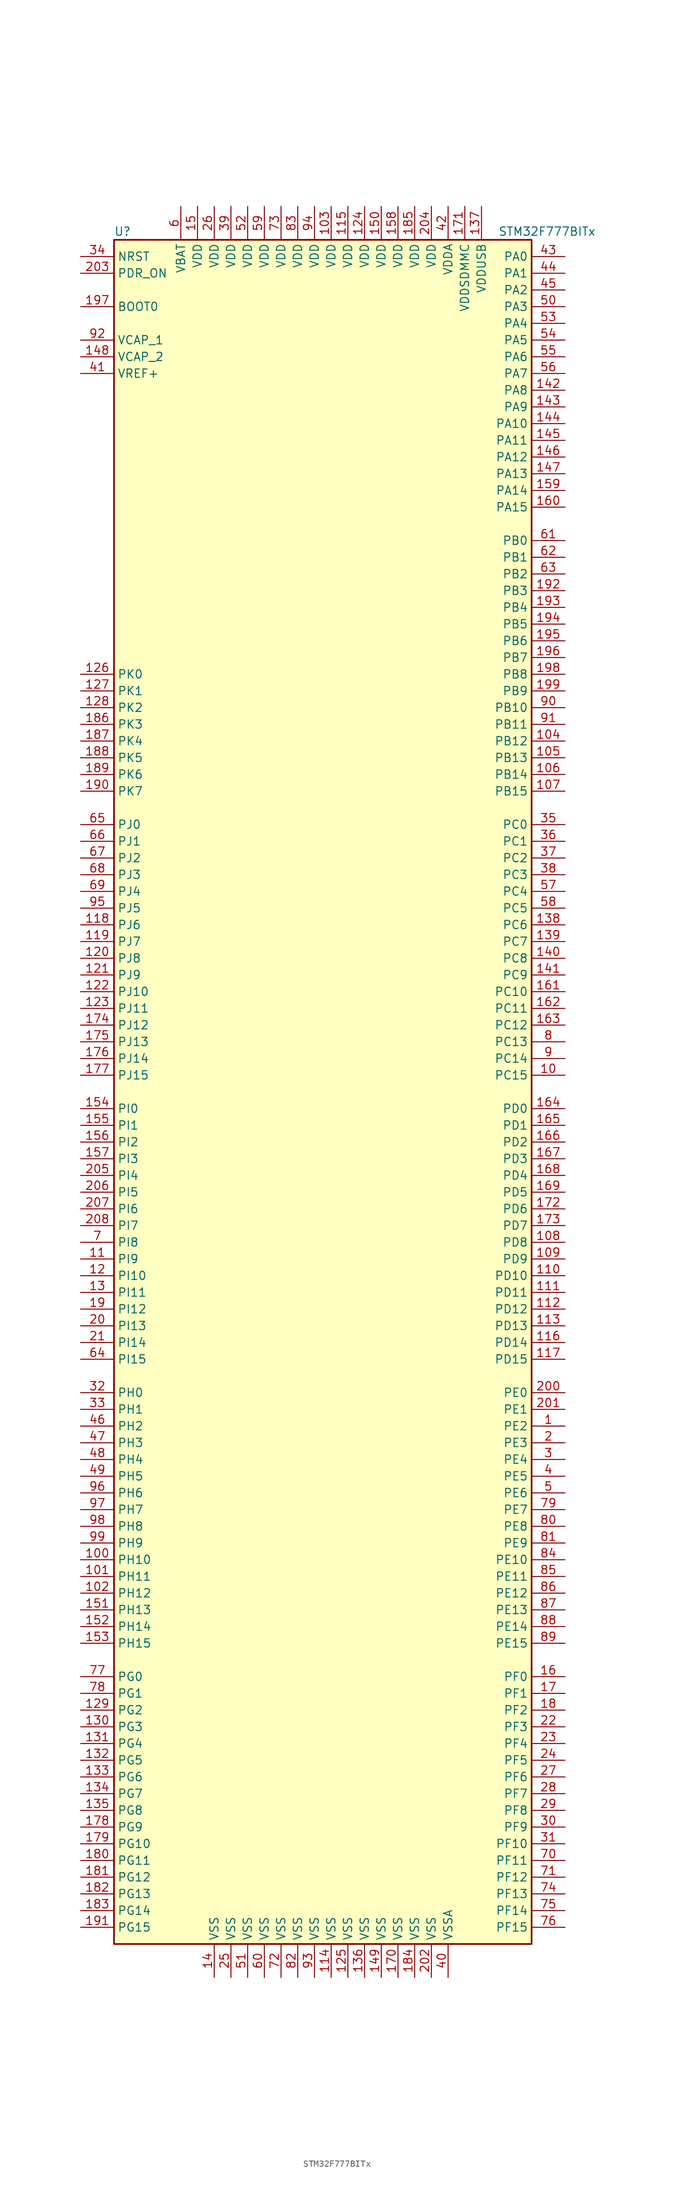
<source format=kicad_sym>
(kicad_symbol_lib
  (version 20201005)
  (generator kicad_symbol_editor)
  (symbol "MCU_ST_STM32F7:STM32F777BITx"
    (property "Reference" "U"
      (at -33.02 130.81 0)
      (effects (font (size 1.27 1.27)) (justify left)))
    (property "Value" "STM32F777BITx"
      (at 25.4 130.81 0)
      (effects (font (size 1.27 1.27)) (justify left)))
    (symbol "STM32F777BITx_0_1"
      (rectangle (start -33.02 -129.54) (end 30.48 129.54) (stroke (width 0.254)) (fill (type background))))
    (symbol "STM32F777BITx_1_1"
      (pin input line (at -38.1 119.38 0) (length 5.08) (name "BOOT0" (effects (font (size 1.27 1.27)))) (number "197" (effects (font (size 1.27 1.27)))))
      (pin input line (at -38.1 127 0) (length 5.08) (name "NRST" (effects (font (size 1.27 1.27)))) (number "34" (effects (font (size 1.27 1.27)))))
      (pin bidirectional line (at 35.56 127 180) (length 5.08) (name "PA0" (effects (font (size 1.27 1.27)))) (number "43" (effects (font (size 1.27 1.27)))))
      (pin bidirectional line (at 35.56 124.46 180) (length 5.08) (name "PA1" (effects (font (size 1.27 1.27)))) (number "44" (effects (font (size 1.27 1.27)))))
      (pin bidirectional line (at 35.56 101.6 180) (length 5.08) (name "PA10" (effects (font (size 1.27 1.27)))) (number "144" (effects (font (size 1.27 1.27)))))
      (pin bidirectional line (at 35.56 99.06 180) (length 5.08) (name "PA11" (effects (font (size 1.27 1.27)))) (number "145" (effects (font (size 1.27 1.27)))))
      (pin bidirectional line (at 35.56 96.52 180) (length 5.08) (name "PA12" (effects (font (size 1.27 1.27)))) (number "146" (effects (font (size 1.27 1.27)))))
      (pin bidirectional line (at 35.56 93.98 180) (length 5.08) (name "PA13" (effects (font (size 1.27 1.27)))) (number "147" (effects (font (size 1.27 1.27)))))
      (pin bidirectional line (at 35.56 91.44 180) (length 5.08) (name "PA14" (effects (font (size 1.27 1.27)))) (number "159" (effects (font (size 1.27 1.27)))))
      (pin bidirectional line (at 35.56 88.9 180) (length 5.08) (name "PA15" (effects (font (size 1.27 1.27)))) (number "160" (effects (font (size 1.27 1.27)))))
      (pin bidirectional line (at 35.56 121.92 180) (length 5.08) (name "PA2" (effects (font (size 1.27 1.27)))) (number "45" (effects (font (size 1.27 1.27)))))
      (pin bidirectional line (at 35.56 119.38 180) (length 5.08) (name "PA3" (effects (font (size 1.27 1.27)))) (number "50" (effects (font (size 1.27 1.27)))))
      (pin bidirectional line (at 35.56 116.84 180) (length 5.08) (name "PA4" (effects (font (size 1.27 1.27)))) (number "53" (effects (font (size 1.27 1.27)))))
      (pin bidirectional line (at 35.56 114.3 180) (length 5.08) (name "PA5" (effects (font (size 1.27 1.27)))) (number "54" (effects (font (size 1.27 1.27)))))
      (pin bidirectional line (at 35.56 111.76 180) (length 5.08) (name "PA6" (effects (font (size 1.27 1.27)))) (number "55" (effects (font (size 1.27 1.27)))))
      (pin bidirectional line (at 35.56 109.22 180) (length 5.08) (name "PA7" (effects (font (size 1.27 1.27)))) (number "56" (effects (font (size 1.27 1.27)))))
      (pin bidirectional line (at 35.56 106.68 180) (length 5.08) (name "PA8" (effects (font (size 1.27 1.27)))) (number "142" (effects (font (size 1.27 1.27)))))
      (pin bidirectional line (at 35.56 104.14 180) (length 5.08) (name "PA9" (effects (font (size 1.27 1.27)))) (number "143" (effects (font (size 1.27 1.27)))))
      (pin bidirectional line (at 35.56 83.82 180) (length 5.08) (name "PB0" (effects (font (size 1.27 1.27)))) (number "61" (effects (font (size 1.27 1.27)))))
      (pin bidirectional line (at 35.56 81.28 180) (length 5.08) (name "PB1" (effects (font (size 1.27 1.27)))) (number "62" (effects (font (size 1.27 1.27)))))
      (pin bidirectional line (at 35.56 58.42 180) (length 5.08) (name "PB10" (effects (font (size 1.27 1.27)))) (number "90" (effects (font (size 1.27 1.27)))))
      (pin bidirectional line (at 35.56 55.88 180) (length 5.08) (name "PB11" (effects (font (size 1.27 1.27)))) (number "91" (effects (font (size 1.27 1.27)))))
      (pin bidirectional line (at 35.56 53.34 180) (length 5.08) (name "PB12" (effects (font (size 1.27 1.27)))) (number "104" (effects (font (size 1.27 1.27)))))
      (pin bidirectional line (at 35.56 50.8 180) (length 5.08) (name "PB13" (effects (font (size 1.27 1.27)))) (number "105" (effects (font (size 1.27 1.27)))))
      (pin bidirectional line (at 35.56 48.26 180) (length 5.08) (name "PB14" (effects (font (size 1.27 1.27)))) (number "106" (effects (font (size 1.27 1.27)))))
      (pin bidirectional line (at 35.56 45.72 180) (length 5.08) (name "PB15" (effects (font (size 1.27 1.27)))) (number "107" (effects (font (size 1.27 1.27)))))
      (pin bidirectional line (at 35.56 78.74 180) (length 5.08) (name "PB2" (effects (font (size 1.27 1.27)))) (number "63" (effects (font (size 1.27 1.27)))))
      (pin bidirectional line (at 35.56 76.2 180) (length 5.08) (name "PB3" (effects (font (size 1.27 1.27)))) (number "192" (effects (font (size 1.27 1.27)))))
      (pin bidirectional line (at 35.56 73.66 180) (length 5.08) (name "PB4" (effects (font (size 1.27 1.27)))) (number "193" (effects (font (size 1.27 1.27)))))
      (pin bidirectional line (at 35.56 71.12 180) (length 5.08) (name "PB5" (effects (font (size 1.27 1.27)))) (number "194" (effects (font (size 1.27 1.27)))))
      (pin bidirectional line (at 35.56 68.58 180) (length 5.08) (name "PB6" (effects (font (size 1.27 1.27)))) (number "195" (effects (font (size 1.27 1.27)))))
      (pin bidirectional line (at 35.56 66.04 180) (length 5.08) (name "PB7" (effects (font (size 1.27 1.27)))) (number "196" (effects (font (size 1.27 1.27)))))
      (pin bidirectional line (at 35.56 63.5 180) (length 5.08) (name "PB8" (effects (font (size 1.27 1.27)))) (number "198" (effects (font (size 1.27 1.27)))))
      (pin bidirectional line (at 35.56 60.96 180) (length 5.08) (name "PB9" (effects (font (size 1.27 1.27)))) (number "199" (effects (font (size 1.27 1.27)))))
      (pin bidirectional line (at 35.56 40.64 180) (length 5.08) (name "PC0" (effects (font (size 1.27 1.27)))) (number "35" (effects (font (size 1.27 1.27)))))
      (pin bidirectional line (at 35.56 38.1 180) (length 5.08) (name "PC1" (effects (font (size 1.27 1.27)))) (number "36" (effects (font (size 1.27 1.27)))))
      (pin bidirectional line (at 35.56 15.24 180) (length 5.08) (name "PC10" (effects (font (size 1.27 1.27)))) (number "161" (effects (font (size 1.27 1.27)))))
      (pin bidirectional line (at 35.56 12.7 180) (length 5.08) (name "PC11" (effects (font (size 1.27 1.27)))) (number "162" (effects (font (size 1.27 1.27)))))
      (pin bidirectional line (at 35.56 10.16 180) (length 5.08) (name "PC12" (effects (font (size 1.27 1.27)))) (number "163" (effects (font (size 1.27 1.27)))))
      (pin bidirectional line (at 35.56 7.62 180) (length 5.08) (name "PC13" (effects (font (size 1.27 1.27)))) (number "8" (effects (font (size 1.27 1.27)))))
      (pin bidirectional line (at 35.56 5.08 180) (length 5.08) (name "PC14" (effects (font (size 1.27 1.27)))) (number "9" (effects (font (size 1.27 1.27)))))
      (pin bidirectional line (at 35.56 2.54 180) (length 5.08) (name "PC15" (effects (font (size 1.27 1.27)))) (number "10" (effects (font (size 1.27 1.27)))))
      (pin bidirectional line (at 35.56 35.56 180) (length 5.08) (name "PC2" (effects (font (size 1.27 1.27)))) (number "37" (effects (font (size 1.27 1.27)))))
      (pin bidirectional line (at 35.56 33.02 180) (length 5.08) (name "PC3" (effects (font (size 1.27 1.27)))) (number "38" (effects (font (size 1.27 1.27)))))
      (pin bidirectional line (at 35.56 30.48 180) (length 5.08) (name "PC4" (effects (font (size 1.27 1.27)))) (number "57" (effects (font (size 1.27 1.27)))))
      (pin bidirectional line (at 35.56 27.94 180) (length 5.08) (name "PC5" (effects (font (size 1.27 1.27)))) (number "58" (effects (font (size 1.27 1.27)))))
      (pin bidirectional line (at 35.56 25.4 180) (length 5.08) (name "PC6" (effects (font (size 1.27 1.27)))) (number "138" (effects (font (size 1.27 1.27)))))
      (pin bidirectional line (at 35.56 22.86 180) (length 5.08) (name "PC7" (effects (font (size 1.27 1.27)))) (number "139" (effects (font (size 1.27 1.27)))))
      (pin bidirectional line (at 35.56 20.32 180) (length 5.08) (name "PC8" (effects (font (size 1.27 1.27)))) (number "140" (effects (font (size 1.27 1.27)))))
      (pin bidirectional line (at 35.56 17.78 180) (length 5.08) (name "PC9" (effects (font (size 1.27 1.27)))) (number "141" (effects (font (size 1.27 1.27)))))
      (pin bidirectional line (at 35.56 -2.54 180) (length 5.08) (name "PD0" (effects (font (size 1.27 1.27)))) (number "164" (effects (font (size 1.27 1.27)))))
      (pin bidirectional line (at 35.56 -5.08 180) (length 5.08) (name "PD1" (effects (font (size 1.27 1.27)))) (number "165" (effects (font (size 1.27 1.27)))))
      (pin bidirectional line (at 35.56 -27.94 180) (length 5.08) (name "PD10" (effects (font (size 1.27 1.27)))) (number "110" (effects (font (size 1.27 1.27)))))
      (pin bidirectional line (at 35.56 -30.48 180) (length 5.08) (name "PD11" (effects (font (size 1.27 1.27)))) (number "111" (effects (font (size 1.27 1.27)))))
      (pin bidirectional line (at 35.56 -33.02 180) (length 5.08) (name "PD12" (effects (font (size 1.27 1.27)))) (number "112" (effects (font (size 1.27 1.27)))))
      (pin bidirectional line (at 35.56 -35.56 180) (length 5.08) (name "PD13" (effects (font (size 1.27 1.27)))) (number "113" (effects (font (size 1.27 1.27)))))
      (pin bidirectional line (at 35.56 -38.1 180) (length 5.08) (name "PD14" (effects (font (size 1.27 1.27)))) (number "116" (effects (font (size 1.27 1.27)))))
      (pin bidirectional line (at 35.56 -40.64 180) (length 5.08) (name "PD15" (effects (font (size 1.27 1.27)))) (number "117" (effects (font (size 1.27 1.27)))))
      (pin bidirectional line (at 35.56 -7.62 180) (length 5.08) (name "PD2" (effects (font (size 1.27 1.27)))) (number "166" (effects (font (size 1.27 1.27)))))
      (pin bidirectional line (at 35.56 -10.16 180) (length 5.08) (name "PD3" (effects (font (size 1.27 1.27)))) (number "167" (effects (font (size 1.27 1.27)))))
      (pin bidirectional line (at 35.56 -12.7 180) (length 5.08) (name "PD4" (effects (font (size 1.27 1.27)))) (number "168" (effects (font (size 1.27 1.27)))))
      (pin bidirectional line (at 35.56 -15.24 180) (length 5.08) (name "PD5" (effects (font (size 1.27 1.27)))) (number "169" (effects (font (size 1.27 1.27)))))
      (pin bidirectional line (at 35.56 -17.78 180) (length 5.08) (name "PD6" (effects (font (size 1.27 1.27)))) (number "172" (effects (font (size 1.27 1.27)))))
      (pin bidirectional line (at 35.56 -20.32 180) (length 5.08) (name "PD7" (effects (font (size 1.27 1.27)))) (number "173" (effects (font (size 1.27 1.27)))))
      (pin bidirectional line (at 35.56 -22.86 180) (length 5.08) (name "PD8" (effects (font (size 1.27 1.27)))) (number "108" (effects (font (size 1.27 1.27)))))
      (pin bidirectional line (at 35.56 -25.4 180) (length 5.08) (name "PD9" (effects (font (size 1.27 1.27)))) (number "109" (effects (font (size 1.27 1.27)))))
      (pin input line (at -38.1 124.46 0) (length 5.08) (name "PDR_ON" (effects (font (size 1.27 1.27)))) (number "203" (effects (font (size 1.27 1.27)))))
      (pin bidirectional line (at 35.56 -45.72 180) (length 5.08) (name "PE0" (effects (font (size 1.27 1.27)))) (number "200" (effects (font (size 1.27 1.27)))))
      (pin bidirectional line (at 35.56 -48.26 180) (length 5.08) (name "PE1" (effects (font (size 1.27 1.27)))) (number "201" (effects (font (size 1.27 1.27)))))
      (pin bidirectional line (at 35.56 -71.12 180) (length 5.08) (name "PE10" (effects (font (size 1.27 1.27)))) (number "84" (effects (font (size 1.27 1.27)))))
      (pin bidirectional line (at 35.56 -73.66 180) (length 5.08) (name "PE11" (effects (font (size 1.27 1.27)))) (number "85" (effects (font (size 1.27 1.27)))))
      (pin bidirectional line (at 35.56 -76.2 180) (length 5.08) (name "PE12" (effects (font (size 1.27 1.27)))) (number "86" (effects (font (size 1.27 1.27)))))
      (pin bidirectional line (at 35.56 -78.74 180) (length 5.08) (name "PE13" (effects (font (size 1.27 1.27)))) (number "87" (effects (font (size 1.27 1.27)))))
      (pin bidirectional line (at 35.56 -81.28 180) (length 5.08) (name "PE14" (effects (font (size 1.27 1.27)))) (number "88" (effects (font (size 1.27 1.27)))))
      (pin bidirectional line (at 35.56 -83.82 180) (length 5.08) (name "PE15" (effects (font (size 1.27 1.27)))) (number "89" (effects (font (size 1.27 1.27)))))
      (pin bidirectional line (at 35.56 -50.8 180) (length 5.08) (name "PE2" (effects (font (size 1.27 1.27)))) (number "1" (effects (font (size 1.27 1.27)))))
      (pin bidirectional line (at 35.56 -53.34 180) (length 5.08) (name "PE3" (effects (font (size 1.27 1.27)))) (number "2" (effects (font (size 1.27 1.27)))))
      (pin bidirectional line (at 35.56 -55.88 180) (length 5.08) (name "PE4" (effects (font (size 1.27 1.27)))) (number "3" (effects (font (size 1.27 1.27)))))
      (pin bidirectional line (at 35.56 -58.42 180) (length 5.08) (name "PE5" (effects (font (size 1.27 1.27)))) (number "4" (effects (font (size 1.27 1.27)))))
      (pin bidirectional line (at 35.56 -60.96 180) (length 5.08) (name "PE6" (effects (font (size 1.27 1.27)))) (number "5" (effects (font (size 1.27 1.27)))))
      (pin bidirectional line (at 35.56 -63.5 180) (length 5.08) (name "PE7" (effects (font (size 1.27 1.27)))) (number "79" (effects (font (size 1.27 1.27)))))
      (pin bidirectional line (at 35.56 -66.04 180) (length 5.08) (name "PE8" (effects (font (size 1.27 1.27)))) (number "80" (effects (font (size 1.27 1.27)))))
      (pin bidirectional line (at 35.56 -68.58 180) (length 5.08) (name "PE9" (effects (font (size 1.27 1.27)))) (number "81" (effects (font (size 1.27 1.27)))))
      (pin bidirectional line (at 35.56 -88.9 180) (length 5.08) (name "PF0" (effects (font (size 1.27 1.27)))) (number "16" (effects (font (size 1.27 1.27)))))
      (pin bidirectional line (at 35.56 -91.44 180) (length 5.08) (name "PF1" (effects (font (size 1.27 1.27)))) (number "17" (effects (font (size 1.27 1.27)))))
      (pin bidirectional line (at 35.56 -114.3 180) (length 5.08) (name "PF10" (effects (font (size 1.27 1.27)))) (number "31" (effects (font (size 1.27 1.27)))))
      (pin bidirectional line (at 35.56 -116.84 180) (length 5.08) (name "PF11" (effects (font (size 1.27 1.27)))) (number "70" (effects (font (size 1.27 1.27)))))
      (pin bidirectional line (at 35.56 -119.38 180) (length 5.08) (name "PF12" (effects (font (size 1.27 1.27)))) (number "71" (effects (font (size 1.27 1.27)))))
      (pin bidirectional line (at 35.56 -121.92 180) (length 5.08) (name "PF13" (effects (font (size 1.27 1.27)))) (number "74" (effects (font (size 1.27 1.27)))))
      (pin bidirectional line (at 35.56 -124.46 180) (length 5.08) (name "PF14" (effects (font (size 1.27 1.27)))) (number "75" (effects (font (size 1.27 1.27)))))
      (pin bidirectional line (at 35.56 -127 180) (length 5.08) (name "PF15" (effects (font (size 1.27 1.27)))) (number "76" (effects (font (size 1.27 1.27)))))
      (pin bidirectional line (at 35.56 -93.98 180) (length 5.08) (name "PF2" (effects (font (size 1.27 1.27)))) (number "18" (effects (font (size 1.27 1.27)))))
      (pin bidirectional line (at 35.56 -96.52 180) (length 5.08) (name "PF3" (effects (font (size 1.27 1.27)))) (number "22" (effects (font (size 1.27 1.27)))))
      (pin bidirectional line (at 35.56 -99.06 180) (length 5.08) (name "PF4" (effects (font (size 1.27 1.27)))) (number "23" (effects (font (size 1.27 1.27)))))
      (pin bidirectional line (at 35.56 -101.6 180) (length 5.08) (name "PF5" (effects (font (size 1.27 1.27)))) (number "24" (effects (font (size 1.27 1.27)))))
      (pin bidirectional line (at 35.56 -104.14 180) (length 5.08) (name "PF6" (effects (font (size 1.27 1.27)))) (number "27" (effects (font (size 1.27 1.27)))))
      (pin bidirectional line (at 35.56 -106.68 180) (length 5.08) (name "PF7" (effects (font (size 1.27 1.27)))) (number "28" (effects (font (size 1.27 1.27)))))
      (pin bidirectional line (at 35.56 -109.22 180) (length 5.08) (name "PF8" (effects (font (size 1.27 1.27)))) (number "29" (effects (font (size 1.27 1.27)))))
      (pin bidirectional line (at 35.56 -111.76 180) (length 5.08) (name "PF9" (effects (font (size 1.27 1.27)))) (number "30" (effects (font (size 1.27 1.27)))))
      (pin bidirectional line (at -38.1 -88.9 0) (length 5.08) (name "PG0" (effects (font (size 1.27 1.27)))) (number "77" (effects (font (size 1.27 1.27)))))
      (pin bidirectional line (at -38.1 -91.44 0) (length 5.08) (name "PG1" (effects (font (size 1.27 1.27)))) (number "78" (effects (font (size 1.27 1.27)))))
      (pin bidirectional line (at -38.1 -114.3 0) (length 5.08) (name "PG10" (effects (font (size 1.27 1.27)))) (number "179" (effects (font (size 1.27 1.27)))))
      (pin bidirectional line (at -38.1 -116.84 0) (length 5.08) (name "PG11" (effects (font (size 1.27 1.27)))) (number "180" (effects (font (size 1.27 1.27)))))
      (pin bidirectional line (at -38.1 -119.38 0) (length 5.08) (name "PG12" (effects (font (size 1.27 1.27)))) (number "181" (effects (font (size 1.27 1.27)))))
      (pin bidirectional line (at -38.1 -121.92 0) (length 5.08) (name "PG13" (effects (font (size 1.27 1.27)))) (number "182" (effects (font (size 1.27 1.27)))))
      (pin bidirectional line (at -38.1 -124.46 0) (length 5.08) (name "PG14" (effects (font (size 1.27 1.27)))) (number "183" (effects (font (size 1.27 1.27)))))
      (pin bidirectional line (at -38.1 -127 0) (length 5.08) (name "PG15" (effects (font (size 1.27 1.27)))) (number "191" (effects (font (size 1.27 1.27)))))
      (pin bidirectional line (at -38.1 -93.98 0) (length 5.08) (name "PG2" (effects (font (size 1.27 1.27)))) (number "129" (effects (font (size 1.27 1.27)))))
      (pin bidirectional line (at -38.1 -96.52 0) (length 5.08) (name "PG3" (effects (font (size 1.27 1.27)))) (number "130" (effects (font (size 1.27 1.27)))))
      (pin bidirectional line (at -38.1 -99.06 0) (length 5.08) (name "PG4" (effects (font (size 1.27 1.27)))) (number "131" (effects (font (size 1.27 1.27)))))
      (pin bidirectional line (at -38.1 -101.6 0) (length 5.08) (name "PG5" (effects (font (size 1.27 1.27)))) (number "132" (effects (font (size 1.27 1.27)))))
      (pin bidirectional line (at -38.1 -104.14 0) (length 5.08) (name "PG6" (effects (font (size 1.27 1.27)))) (number "133" (effects (font (size 1.27 1.27)))))
      (pin bidirectional line (at -38.1 -106.68 0) (length 5.08) (name "PG7" (effects (font (size 1.27 1.27)))) (number "134" (effects (font (size 1.27 1.27)))))
      (pin bidirectional line (at -38.1 -109.22 0) (length 5.08) (name "PG8" (effects (font (size 1.27 1.27)))) (number "135" (effects (font (size 1.27 1.27)))))
      (pin bidirectional line (at -38.1 -111.76 0) (length 5.08) (name "PG9" (effects (font (size 1.27 1.27)))) (number "178" (effects (font (size 1.27 1.27)))))
      (pin input line (at -38.1 -45.72 0) (length 5.08) (name "PH0" (effects (font (size 1.27 1.27)))) (number "32" (effects (font (size 1.27 1.27)))))
      (pin input line (at -38.1 -48.26 0) (length 5.08) (name "PH1" (effects (font (size 1.27 1.27)))) (number "33" (effects (font (size 1.27 1.27)))))
      (pin bidirectional line (at -38.1 -71.12 0) (length 5.08) (name "PH10" (effects (font (size 1.27 1.27)))) (number "100" (effects (font (size 1.27 1.27)))))
      (pin bidirectional line (at -38.1 -73.66 0) (length 5.08) (name "PH11" (effects (font (size 1.27 1.27)))) (number "101" (effects (font (size 1.27 1.27)))))
      (pin bidirectional line (at -38.1 -76.2 0) (length 5.08) (name "PH12" (effects (font (size 1.27 1.27)))) (number "102" (effects (font (size 1.27 1.27)))))
      (pin bidirectional line (at -38.1 -78.74 0) (length 5.08) (name "PH13" (effects (font (size 1.27 1.27)))) (number "151" (effects (font (size 1.27 1.27)))))
      (pin bidirectional line (at -38.1 -81.28 0) (length 5.08) (name "PH14" (effects (font (size 1.27 1.27)))) (number "152" (effects (font (size 1.27 1.27)))))
      (pin bidirectional line (at -38.1 -83.82 0) (length 5.08) (name "PH15" (effects (font (size 1.27 1.27)))) (number "153" (effects (font (size 1.27 1.27)))))
      (pin bidirectional line (at -38.1 -50.8 0) (length 5.08) (name "PH2" (effects (font (size 1.27 1.27)))) (number "46" (effects (font (size 1.27 1.27)))))
      (pin bidirectional line (at -38.1 -53.34 0) (length 5.08) (name "PH3" (effects (font (size 1.27 1.27)))) (number "47" (effects (font (size 1.27 1.27)))))
      (pin bidirectional line (at -38.1 -55.88 0) (length 5.08) (name "PH4" (effects (font (size 1.27 1.27)))) (number "48" (effects (font (size 1.27 1.27)))))
      (pin bidirectional line (at -38.1 -58.42 0) (length 5.08) (name "PH5" (effects (font (size 1.27 1.27)))) (number "49" (effects (font (size 1.27 1.27)))))
      (pin bidirectional line (at -38.1 -60.96 0) (length 5.08) (name "PH6" (effects (font (size 1.27 1.27)))) (number "96" (effects (font (size 1.27 1.27)))))
      (pin bidirectional line (at -38.1 -63.5 0) (length 5.08) (name "PH7" (effects (font (size 1.27 1.27)))) (number "97" (effects (font (size 1.27 1.27)))))
      (pin bidirectional line (at -38.1 -66.04 0) (length 5.08) (name "PH8" (effects (font (size 1.27 1.27)))) (number "98" (effects (font (size 1.27 1.27)))))
      (pin bidirectional line (at -38.1 -68.58 0) (length 5.08) (name "PH9" (effects (font (size 1.27 1.27)))) (number "99" (effects (font (size 1.27 1.27)))))
      (pin bidirectional line (at -38.1 -2.54 0) (length 5.08) (name "PI0" (effects (font (size 1.27 1.27)))) (number "154" (effects (font (size 1.27 1.27)))))
      (pin bidirectional line (at -38.1 -5.08 0) (length 5.08) (name "PI1" (effects (font (size 1.27 1.27)))) (number "155" (effects (font (size 1.27 1.27)))))
      (pin bidirectional line (at -38.1 -27.94 0) (length 5.08) (name "PI10" (effects (font (size 1.27 1.27)))) (number "12" (effects (font (size 1.27 1.27)))))
      (pin bidirectional line (at -38.1 -30.48 0) (length 5.08) (name "PI11" (effects (font (size 1.27 1.27)))) (number "13" (effects (font (size 1.27 1.27)))))
      (pin bidirectional line (at -38.1 -33.02 0) (length 5.08) (name "PI12" (effects (font (size 1.27 1.27)))) (number "19" (effects (font (size 1.27 1.27)))))
      (pin bidirectional line (at -38.1 -35.56 0) (length 5.08) (name "PI13" (effects (font (size 1.27 1.27)))) (number "20" (effects (font (size 1.27 1.27)))))
      (pin bidirectional line (at -38.1 -38.1 0) (length 5.08) (name "PI14" (effects (font (size 1.27 1.27)))) (number "21" (effects (font (size 1.27 1.27)))))
      (pin bidirectional line (at -38.1 -40.64 0) (length 5.08) (name "PI15" (effects (font (size 1.27 1.27)))) (number "64" (effects (font (size 1.27 1.27)))))
      (pin bidirectional line (at -38.1 -7.62 0) (length 5.08) (name "PI2" (effects (font (size 1.27 1.27)))) (number "156" (effects (font (size 1.27 1.27)))))
      (pin bidirectional line (at -38.1 -10.16 0) (length 5.08) (name "PI3" (effects (font (size 1.27 1.27)))) (number "157" (effects (font (size 1.27 1.27)))))
      (pin bidirectional line (at -38.1 -12.7 0) (length 5.08) (name "PI4" (effects (font (size 1.27 1.27)))) (number "205" (effects (font (size 1.27 1.27)))))
      (pin bidirectional line (at -38.1 -15.24 0) (length 5.08) (name "PI5" (effects (font (size 1.27 1.27)))) (number "206" (effects (font (size 1.27 1.27)))))
      (pin bidirectional line (at -38.1 -17.78 0) (length 5.08) (name "PI6" (effects (font (size 1.27 1.27)))) (number "207" (effects (font (size 1.27 1.27)))))
      (pin bidirectional line (at -38.1 -20.32 0) (length 5.08) (name "PI7" (effects (font (size 1.27 1.27)))) (number "208" (effects (font (size 1.27 1.27)))))
      (pin bidirectional line (at -38.1 -22.86 0) (length 5.08) (name "PI8" (effects (font (size 1.27 1.27)))) (number "7" (effects (font (size 1.27 1.27)))))
      (pin bidirectional line (at -38.1 -25.4 0) (length 5.08) (name "PI9" (effects (font (size 1.27 1.27)))) (number "11" (effects (font (size 1.27 1.27)))))
      (pin bidirectional line (at -38.1 40.64 0) (length 5.08) (name "PJ0" (effects (font (size 1.27 1.27)))) (number "65" (effects (font (size 1.27 1.27)))))
      (pin bidirectional line (at -38.1 38.1 0) (length 5.08) (name "PJ1" (effects (font (size 1.27 1.27)))) (number "66" (effects (font (size 1.27 1.27)))))
      (pin bidirectional line (at -38.1 15.24 0) (length 5.08) (name "PJ10" (effects (font (size 1.27 1.27)))) (number "122" (effects (font (size 1.27 1.27)))))
      (pin bidirectional line (at -38.1 12.7 0) (length 5.08) (name "PJ11" (effects (font (size 1.27 1.27)))) (number "123" (effects (font (size 1.27 1.27)))))
      (pin bidirectional line (at -38.1 10.16 0) (length 5.08) (name "PJ12" (effects (font (size 1.27 1.27)))) (number "174" (effects (font (size 1.27 1.27)))))
      (pin bidirectional line (at -38.1 7.62 0) (length 5.08) (name "PJ13" (effects (font (size 1.27 1.27)))) (number "175" (effects (font (size 1.27 1.27)))))
      (pin bidirectional line (at -38.1 5.08 0) (length 5.08) (name "PJ14" (effects (font (size 1.27 1.27)))) (number "176" (effects (font (size 1.27 1.27)))))
      (pin bidirectional line (at -38.1 2.54 0) (length 5.08) (name "PJ15" (effects (font (size 1.27 1.27)))) (number "177" (effects (font (size 1.27 1.27)))))
      (pin bidirectional line (at -38.1 35.56 0) (length 5.08) (name "PJ2" (effects (font (size 1.27 1.27)))) (number "67" (effects (font (size 1.27 1.27)))))
      (pin bidirectional line (at -38.1 33.02 0) (length 5.08) (name "PJ3" (effects (font (size 1.27 1.27)))) (number "68" (effects (font (size 1.27 1.27)))))
      (pin bidirectional line (at -38.1 30.48 0) (length 5.08) (name "PJ4" (effects (font (size 1.27 1.27)))) (number "69" (effects (font (size 1.27 1.27)))))
      (pin bidirectional line (at -38.1 27.94 0) (length 5.08) (name "PJ5" (effects (font (size 1.27 1.27)))) (number "95" (effects (font (size 1.27 1.27)))))
      (pin bidirectional line (at -38.1 25.4 0) (length 5.08) (name "PJ6" (effects (font (size 1.27 1.27)))) (number "118" (effects (font (size 1.27 1.27)))))
      (pin bidirectional line (at -38.1 22.86 0) (length 5.08) (name "PJ7" (effects (font (size 1.27 1.27)))) (number "119" (effects (font (size 1.27 1.27)))))
      (pin bidirectional line (at -38.1 20.32 0) (length 5.08) (name "PJ8" (effects (font (size 1.27 1.27)))) (number "120" (effects (font (size 1.27 1.27)))))
      (pin bidirectional line (at -38.1 17.78 0) (length 5.08) (name "PJ9" (effects (font (size 1.27 1.27)))) (number "121" (effects (font (size 1.27 1.27)))))
      (pin bidirectional line (at -38.1 63.5 0) (length 5.08) (name "PK0" (effects (font (size 1.27 1.27)))) (number "126" (effects (font (size 1.27 1.27)))))
      (pin bidirectional line (at -38.1 60.96 0) (length 5.08) (name "PK1" (effects (font (size 1.27 1.27)))) (number "127" (effects (font (size 1.27 1.27)))))
      (pin bidirectional line (at -38.1 58.42 0) (length 5.08) (name "PK2" (effects (font (size 1.27 1.27)))) (number "128" (effects (font (size 1.27 1.27)))))
      (pin bidirectional line (at -38.1 55.88 0) (length 5.08) (name "PK3" (effects (font (size 1.27 1.27)))) (number "186" (effects (font (size 1.27 1.27)))))
      (pin bidirectional line (at -38.1 53.34 0) (length 5.08) (name "PK4" (effects (font (size 1.27 1.27)))) (number "187" (effects (font (size 1.27 1.27)))))
      (pin bidirectional line (at -38.1 50.8 0) (length 5.08) (name "PK5" (effects (font (size 1.27 1.27)))) (number "188" (effects (font (size 1.27 1.27)))))
      (pin bidirectional line (at -38.1 48.26 0) (length 5.08) (name "PK6" (effects (font (size 1.27 1.27)))) (number "189" (effects (font (size 1.27 1.27)))))
      (pin bidirectional line (at -38.1 45.72 0) (length 5.08) (name "PK7" (effects (font (size 1.27 1.27)))) (number "190" (effects (font (size 1.27 1.27)))))
      (pin power_in line (at -22.86 134.62 270) (length 5.08) (name "VBAT" (effects (font (size 1.27 1.27)))) (number "6" (effects (font (size 1.27 1.27)))))
      (pin power_in line (at -38.1 114.3 0) (length 5.08) (name "VCAP_1" (effects (font (size 1.27 1.27)))) (number "92" (effects (font (size 1.27 1.27)))))
      (pin power_in line (at -38.1 111.76 0) (length 5.08) (name "VCAP_2" (effects (font (size 1.27 1.27)))) (number "148" (effects (font (size 1.27 1.27)))))
      (pin power_in line (at 0 134.62 270) (length 5.08) (name "VDD" (effects (font (size 1.27 1.27)))) (number "103" (effects (font (size 1.27 1.27)))))
      (pin power_in line (at 2.54 134.62 270) (length 5.08) (name "VDD" (effects (font (size 1.27 1.27)))) (number "115" (effects (font (size 1.27 1.27)))))
      (pin power_in line (at 5.08 134.62 270) (length 5.08) (name "VDD" (effects (font (size 1.27 1.27)))) (number "124" (effects (font (size 1.27 1.27)))))
      (pin power_in line (at -20.32 134.62 270) (length 5.08) (name "VDD" (effects (font (size 1.27 1.27)))) (number "15" (effects (font (size 1.27 1.27)))))
      (pin power_in line (at 7.62 134.62 270) (length 5.08) (name "VDD" (effects (font (size 1.27 1.27)))) (number "150" (effects (font (size 1.27 1.27)))))
      (pin power_in line (at 10.16 134.62 270) (length 5.08) (name "VDD" (effects (font (size 1.27 1.27)))) (number "158" (effects (font (size 1.27 1.27)))))
      (pin power_in line (at 12.7 134.62 270) (length 5.08) (name "VDD" (effects (font (size 1.27 1.27)))) (number "185" (effects (font (size 1.27 1.27)))))
      (pin power_in line (at 15.24 134.62 270) (length 5.08) (name "VDD" (effects (font (size 1.27 1.27)))) (number "204" (effects (font (size 1.27 1.27)))))
      (pin power_in line (at -17.78 134.62 270) (length 5.08) (name "VDD" (effects (font (size 1.27 1.27)))) (number "26" (effects (font (size 1.27 1.27)))))
      (pin power_in line (at -15.24 134.62 270) (length 5.08) (name "VDD" (effects (font (size 1.27 1.27)))) (number "39" (effects (font (size 1.27 1.27)))))
      (pin power_in line (at -12.7 134.62 270) (length 5.08) (name "VDD" (effects (font (size 1.27 1.27)))) (number "52" (effects (font (size 1.27 1.27)))))
      (pin power_in line (at -10.16 134.62 270) (length 5.08) (name "VDD" (effects (font (size 1.27 1.27)))) (number "59" (effects (font (size 1.27 1.27)))))
      (pin power_in line (at -7.62 134.62 270) (length 5.08) (name "VDD" (effects (font (size 1.27 1.27)))) (number "73" (effects (font (size 1.27 1.27)))))
      (pin power_in line (at -5.08 134.62 270) (length 5.08) (name "VDD" (effects (font (size 1.27 1.27)))) (number "83" (effects (font (size 1.27 1.27)))))
      (pin power_in line (at -2.54 134.62 270) (length 5.08) (name "VDD" (effects (font (size 1.27 1.27)))) (number "94" (effects (font (size 1.27 1.27)))))
      (pin power_in line (at 17.78 134.62 270) (length 5.08) (name "VDDA" (effects (font (size 1.27 1.27)))) (number "42" (effects (font (size 1.27 1.27)))))
      (pin power_in line (at 20.32 134.62 270) (length 5.08) (name "VDDSDMMC" (effects (font (size 1.27 1.27)))) (number "171" (effects (font (size 1.27 1.27)))))
      (pin power_in line (at 22.86 134.62 270) (length 5.08) (name "VDDUSB" (effects (font (size 1.27 1.27)))) (number "137" (effects (font (size 1.27 1.27)))))
      (pin power_in line (at -38.1 109.22 0) (length 5.08) (name "VREF+" (effects (font (size 1.27 1.27)))) (number "41" (effects (font (size 1.27 1.27)))))
      (pin power_in line (at 0 -134.62 90) (length 5.08) (name "VSS" (effects (font (size 1.27 1.27)))) (number "114" (effects (font (size 1.27 1.27)))))
      (pin power_in line (at 2.54 -134.62 90) (length 5.08) (name "VSS" (effects (font (size 1.27 1.27)))) (number "125" (effects (font (size 1.27 1.27)))))
      (pin power_in line (at 5.08 -134.62 90) (length 5.08) (name "VSS" (effects (font (size 1.27 1.27)))) (number "136" (effects (font (size 1.27 1.27)))))
      (pin power_in line (at -17.78 -134.62 90) (length 5.08) (name "VSS" (effects (font (size 1.27 1.27)))) (number "14" (effects (font (size 1.27 1.27)))))
      (pin power_in line (at 7.62 -134.62 90) (length 5.08) (name "VSS" (effects (font (size 1.27 1.27)))) (number "149" (effects (font (size 1.27 1.27)))))
      (pin power_in line (at 10.16 -134.62 90) (length 5.08) (name "VSS" (effects (font (size 1.27 1.27)))) (number "170" (effects (font (size 1.27 1.27)))))
      (pin power_in line (at 12.7 -134.62 90) (length 5.08) (name "VSS" (effects (font (size 1.27 1.27)))) (number "184" (effects (font (size 1.27 1.27)))))
      (pin power_in line (at 15.24 -134.62 90) (length 5.08) (name "VSS" (effects (font (size 1.27 1.27)))) (number "202" (effects (font (size 1.27 1.27)))))
      (pin power_in line (at -15.24 -134.62 90) (length 5.08) (name "VSS" (effects (font (size 1.27 1.27)))) (number "25" (effects (font (size 1.27 1.27)))))
      (pin power_in line (at -12.7 -134.62 90) (length 5.08) (name "VSS" (effects (font (size 1.27 1.27)))) (number "51" (effects (font (size 1.27 1.27)))))
      (pin power_in line (at -10.16 -134.62 90) (length 5.08) (name "VSS" (effects (font (size 1.27 1.27)))) (number "60" (effects (font (size 1.27 1.27)))))
      (pin power_in line (at -7.62 -134.62 90) (length 5.08) (name "VSS" (effects (font (size 1.27 1.27)))) (number "72" (effects (font (size 1.27 1.27)))))
      (pin power_in line (at -5.08 -134.62 90) (length 5.08) (name "VSS" (effects (font (size 1.27 1.27)))) (number "82" (effects (font (size 1.27 1.27)))))
      (pin power_in line (at -2.54 -134.62 90) (length 5.08) (name "VSS" (effects (font (size 1.27 1.27)))) (number "93" (effects (font (size 1.27 1.27)))))
      (pin power_in line (at 17.78 -134.62 90) (length 5.08) (name "VSSA" (effects (font (size 1.27 1.27)))) (number "40" (effects (font (size 1.27 1.27))))))))
</source>
